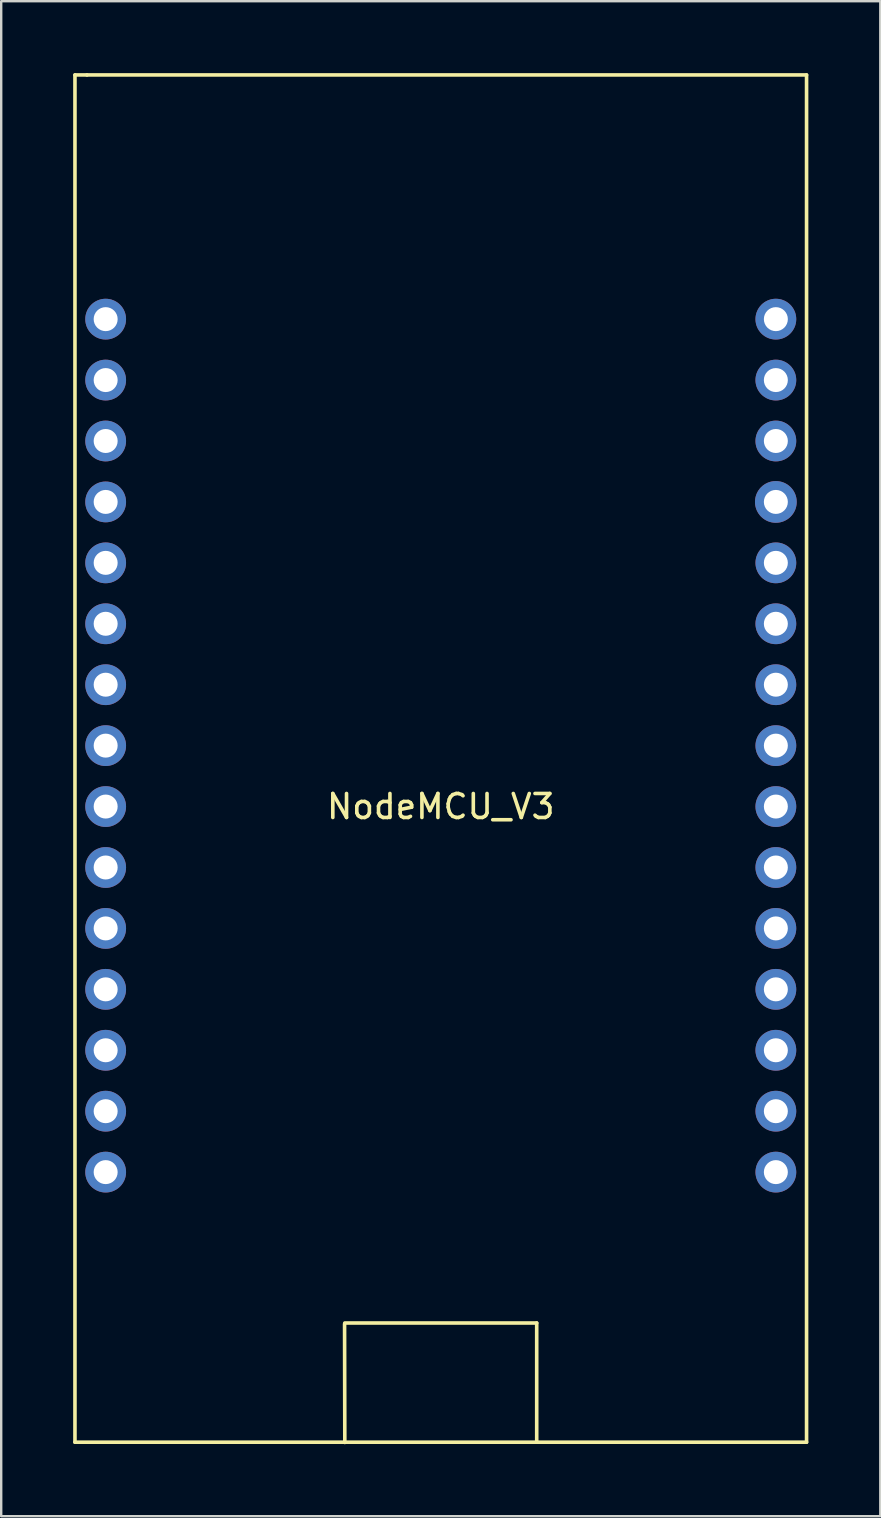
<source format=kicad_pcb>
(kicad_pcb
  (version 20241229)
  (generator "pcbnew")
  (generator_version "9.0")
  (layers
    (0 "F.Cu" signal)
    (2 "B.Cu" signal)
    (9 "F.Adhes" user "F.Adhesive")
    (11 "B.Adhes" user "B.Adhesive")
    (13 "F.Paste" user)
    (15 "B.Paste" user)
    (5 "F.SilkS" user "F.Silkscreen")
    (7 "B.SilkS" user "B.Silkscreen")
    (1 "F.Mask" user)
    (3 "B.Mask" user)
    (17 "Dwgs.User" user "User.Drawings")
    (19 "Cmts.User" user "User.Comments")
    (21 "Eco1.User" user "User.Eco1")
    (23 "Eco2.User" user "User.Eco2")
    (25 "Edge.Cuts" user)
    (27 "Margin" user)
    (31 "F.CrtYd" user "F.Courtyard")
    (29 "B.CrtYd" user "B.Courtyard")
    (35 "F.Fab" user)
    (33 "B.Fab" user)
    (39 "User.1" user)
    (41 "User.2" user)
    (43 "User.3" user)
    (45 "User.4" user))
  (footprint "NodeMCU_V3"
    (layer "F.Cu")
    (at 15.325 30.575)
    (property "Reference" "NodeMCU_V3" (at 0 0 0) (layer "F.SilkS") (effects (font (size 1 1) (thickness 0.15))))
    (attr through_hole)
    (fp_line (start -15.25 -30.5) (end -15.25 26.5) (stroke (width 0.15) (type solid)) (layer "F.SilkS"))
    (fp_line (start -15.25 26.5) (end 15.25 26.5) (stroke (width 0.15) (type solid)) (layer "F.SilkS"))
    (fp_line (start -14.75 -30.5) (end -15.25 -30.5) (stroke (width 0.15) (type solid)) (layer "F.SilkS"))
    (fp_line (start -4.01 21.57) (end -4 26.51) (stroke (width 0.15) (type solid)) (layer "F.SilkS"))
    (fp_line (start -4 21.53) (end 4 21.53) (stroke (width 0.15) (type solid)) (layer "F.SilkS"))
    (fp_line (start 4 21.53) (end 4 26.48) (stroke (width 0.15) (type solid)) (layer "F.SilkS"))
    (fp_line (start 15.25 -30.5) (end -14.75 -30.5) (stroke (width 0.15) (type solid)) (layer "F.SilkS"))
    (fp_line (start 15.25 26.5) (end 15.25 -30.5) (stroke (width 0.15) (type solid)) (layer "F.SilkS"))
    (pad "1" thru_hole circle (at -13.97 -20.32) (size 1.7 1.7) (drill 1) (layers "*.Cu" "*.Mask"))
    (pad "2" thru_hole circle (at -13.97 -17.78) (size 1.7 1.7) (drill 1) (layers "*.Cu" "*.Mask"))
    (pad "3" thru_hole circle (at -13.97 -15.24) (size 1.7 1.7) (drill 1) (layers "*.Cu" "*.Mask"))
    (pad "4" thru_hole circle (at -13.97 -12.7) (size 1.7 1.7) (drill 1) (layers "*.Cu" "*.Mask"))
    (pad "5" thru_hole circle (at -13.97 -10.16) (size 1.7 1.7) (drill 1) (layers "*.Cu" "*.Mask"))
    (pad "6" thru_hole circle (at -13.97 -7.62) (size 1.7 1.7) (drill 1) (layers "*.Cu" "*.Mask"))
    (pad "7" thru_hole circle (at -13.97 -5.08) (size 1.7 1.7) (drill 1) (layers "*.Cu" "*.Mask"))
    (pad "8" thru_hole circle (at -13.97 -2.54) (size 1.7 1.7) (drill 1) (layers "*.Cu" "*.Mask"))
    (pad "9" thru_hole circle (at -13.97 0) (size 1.7 1.7) (drill 1) (layers "*.Cu" "*.Mask"))
    (pad "10" thru_hole circle (at -13.97 2.54) (size 1.7 1.7) (drill 1) (layers "*.Cu" "*.Mask"))
    (pad "11" thru_hole circle (at -13.97 5.08) (size 1.7 1.7) (drill 1) (layers "*.Cu" "*.Mask"))
    (pad "12" thru_hole circle (at -13.97 7.62) (size 1.7 1.7) (drill 1) (layers "*.Cu" "*.Mask"))
    (pad "13" thru_hole circle (at -13.97 10.16) (size 1.7 1.7) (drill 1) (layers "*.Cu" "*.Mask"))
    (pad "14" thru_hole circle (at -13.97 12.7) (size 1.7 1.7) (drill 1) (layers "*.Cu" "*.Mask"))
    (pad "15" thru_hole circle (at -13.97 15.24) (size 1.7 1.7) (drill 1) (layers "*.Cu" "*.Mask"))
    (pad "16" thru_hole circle (at 13.97 15.24) (size 1.7 1.7) (drill 1) (layers "*.Cu" "*.Mask"))
    (pad "17" thru_hole circle (at 13.97 12.7) (size 1.7 1.7) (drill 1) (layers "*.Cu" "*.Mask"))
    (pad "18" thru_hole circle (at 13.97 10.16) (size 1.7 1.7) (drill 1) (layers "*.Cu" "*.Mask"))
    (pad "19" thru_hole circle (at 13.97 7.62) (size 1.7 1.7) (drill 1) (layers "*.Cu" "*.Mask"))
    (pad "20" thru_hole circle (at 13.97 5.08) (size 1.7 1.7) (drill 1) (layers "*.Cu" "*.Mask"))
    (pad "21" thru_hole circle (at 13.97 2.54) (size 1.7 1.7) (drill 1) (layers "*.Cu" "*.Mask"))
    (pad "22" thru_hole circle (at 13.97 0) (size 1.7 1.7) (drill 1) (layers "*.Cu" "*.Mask"))
    (pad "23" thru_hole circle (at 13.97 -2.54) (size 1.7 1.7) (drill 1) (layers "*.Cu" "*.Mask"))
    (pad "24" thru_hole circle (at 13.97 -5.08) (size 1.7 1.7) (drill 1) (layers "*.Cu" "*.Mask"))
    (pad "25" thru_hole circle (at 13.97 -7.62) (size 1.7 1.7) (drill 1) (layers "*.Cu" "*.Mask"))
    (pad "26" thru_hole circle (at 13.97 -10.16) (size 1.7 1.7) (drill 1) (layers "*.Cu" "*.Mask"))
    (pad "27" thru_hole circle (at 13.97 -12.7) (size 1.74 1.74) (drill 1) (layers "*.Cu" "*.Mask"))
    (pad "28" thru_hole circle (at 13.97 -15.24) (size 1.7 1.7) (drill 1) (layers "*.Cu" "*.Mask"))
    (pad "29" thru_hole circle (at 13.97 -17.78) (size 1.7 1.7) (drill 1) (layers "*.Cu" "*.Mask"))
    (pad "30" thru_hole circle (at 13.97 -20.32) (size 1.7 1.7) (drill 1) (layers "*.Cu" "*.Mask")))
  (gr_rect
    (start -3 -3)
    (end 33.65 60.16)
    (stroke (width 0.1) (type default))
    (fill no)
    (layer "Edge.Cuts")))
</source>
